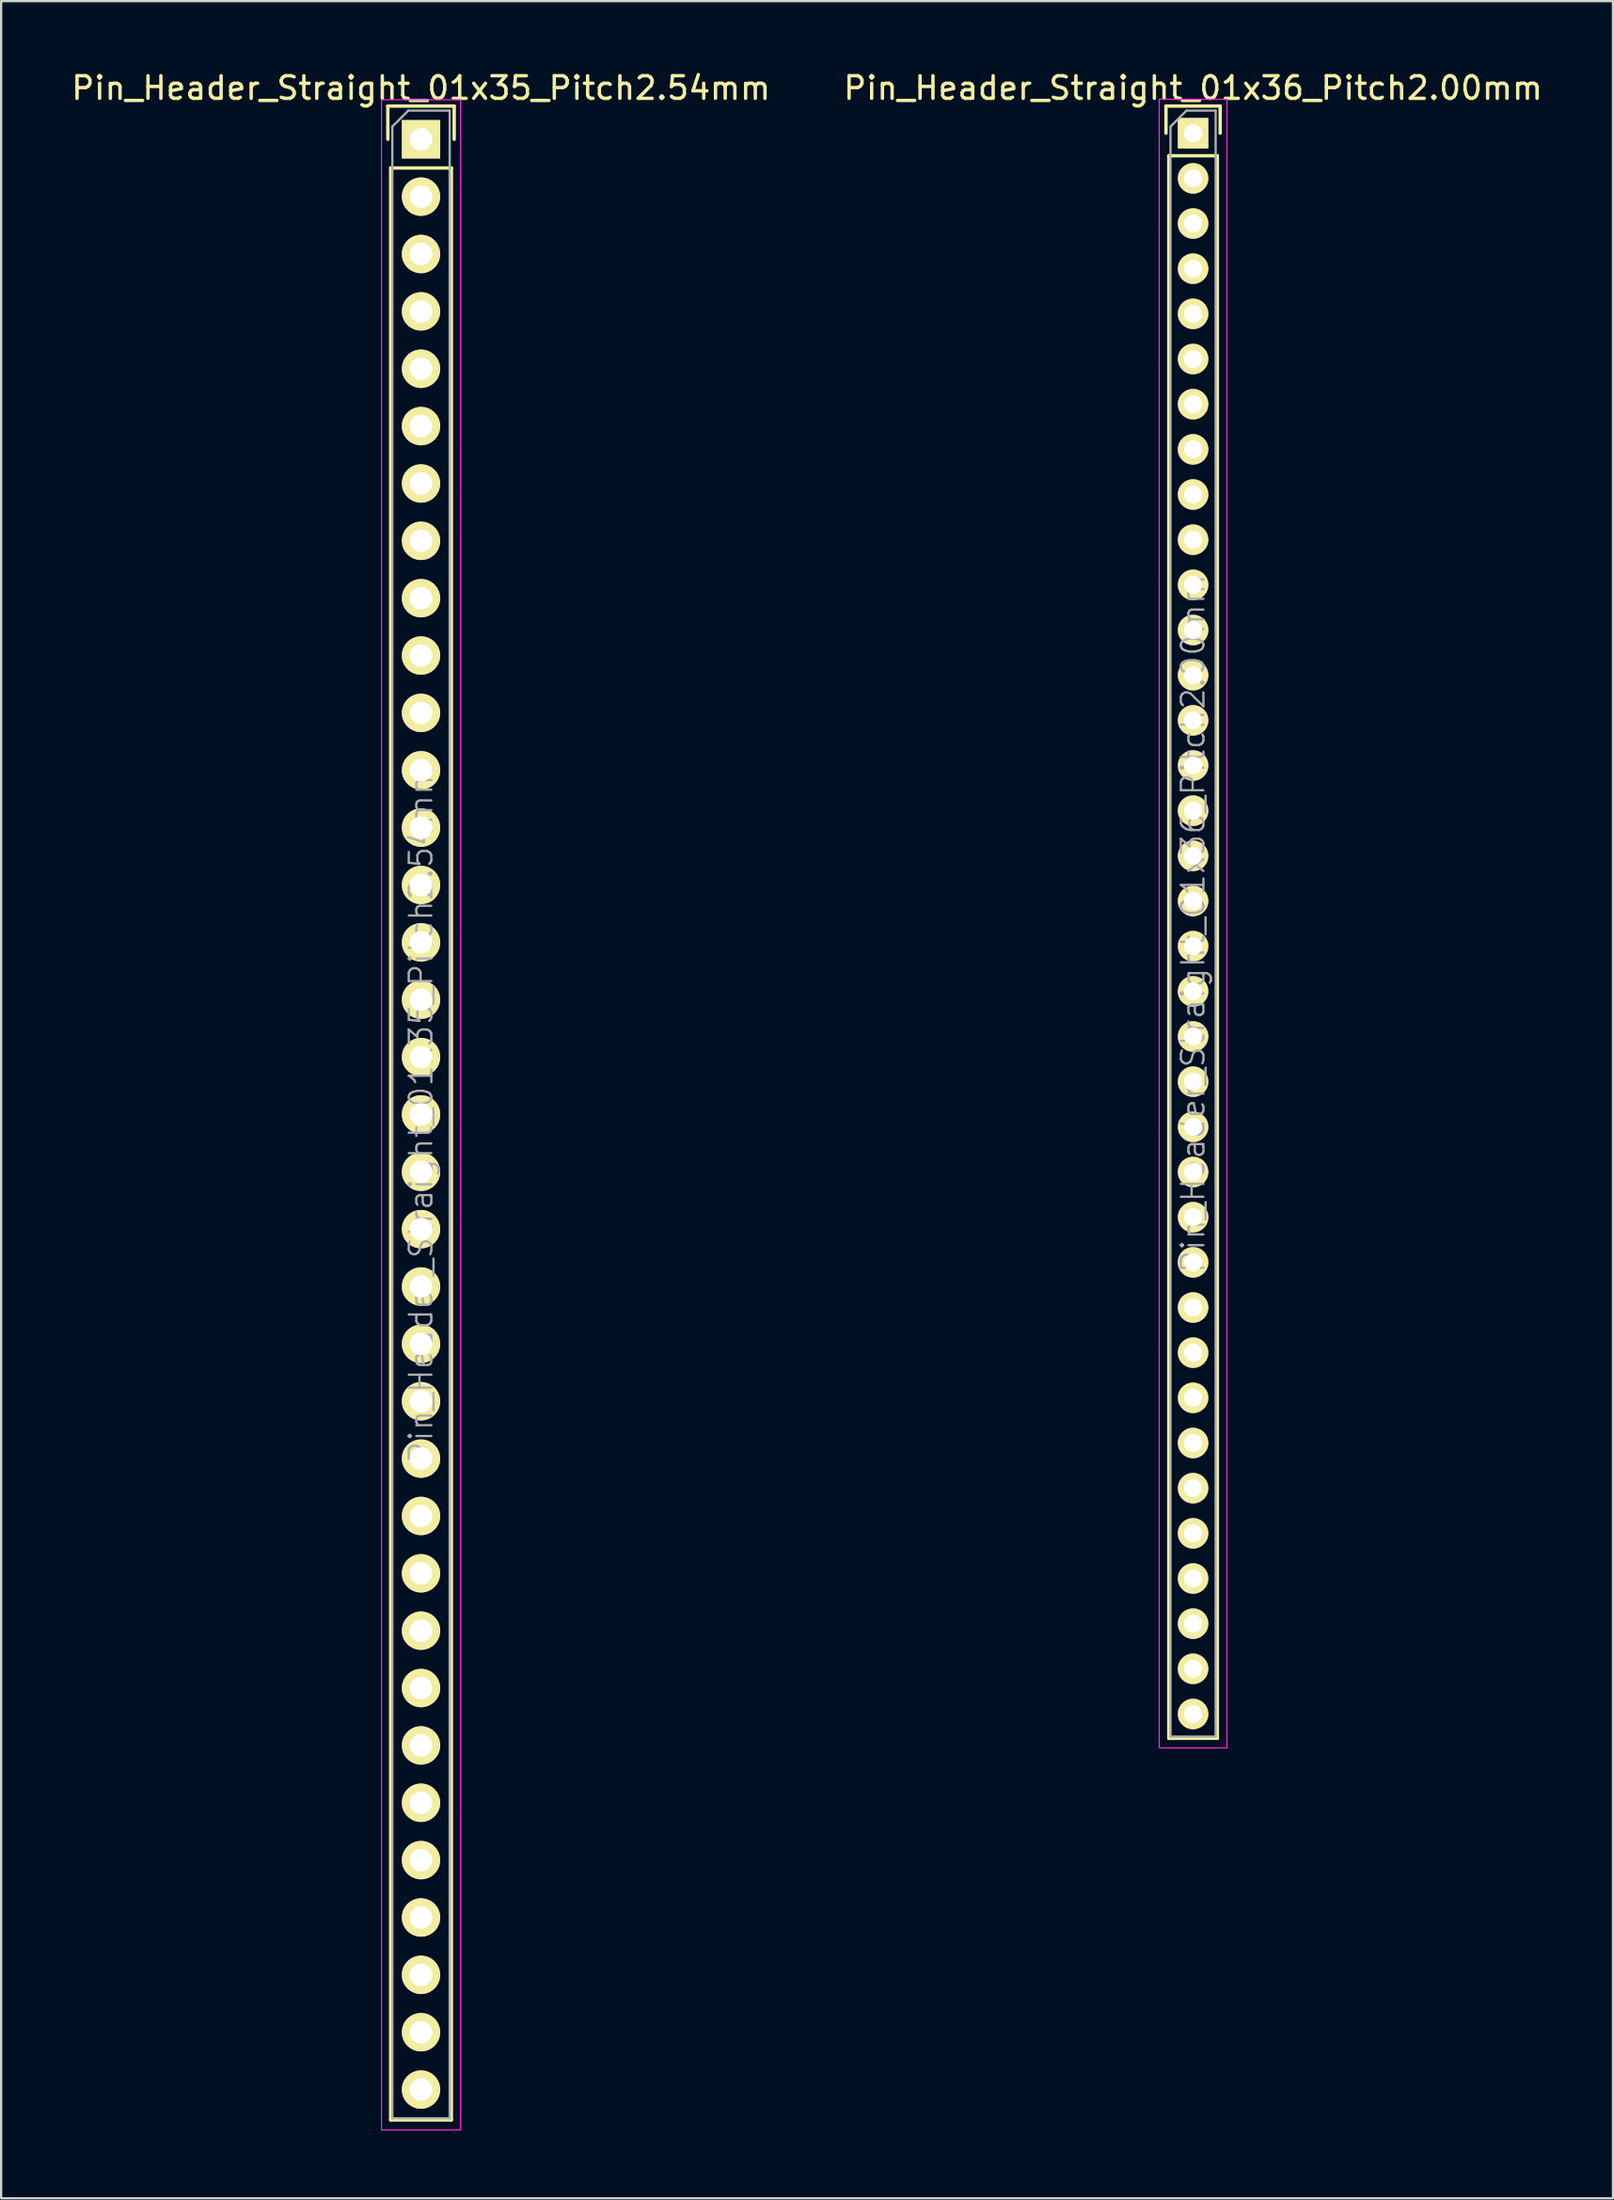
<source format=kicad_pcb>
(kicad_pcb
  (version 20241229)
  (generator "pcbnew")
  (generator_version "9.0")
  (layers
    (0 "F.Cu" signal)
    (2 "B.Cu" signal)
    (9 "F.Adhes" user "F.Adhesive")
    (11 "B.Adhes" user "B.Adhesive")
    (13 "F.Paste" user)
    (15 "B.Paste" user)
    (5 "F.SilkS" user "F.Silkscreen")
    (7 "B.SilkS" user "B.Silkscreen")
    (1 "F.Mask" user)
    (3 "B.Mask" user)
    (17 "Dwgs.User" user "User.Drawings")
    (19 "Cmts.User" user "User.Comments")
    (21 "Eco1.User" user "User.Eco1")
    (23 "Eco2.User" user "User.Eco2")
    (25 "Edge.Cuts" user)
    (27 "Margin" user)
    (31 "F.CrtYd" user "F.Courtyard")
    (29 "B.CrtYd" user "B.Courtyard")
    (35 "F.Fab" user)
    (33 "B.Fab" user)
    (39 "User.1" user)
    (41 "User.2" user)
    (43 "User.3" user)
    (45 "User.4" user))
  (footprint "Pin_Header_Straight_01x36_Pitch2.00mm"
    (layer "F.Cu")
    (at 49.804 2.848)
    (property "Reference" "Pin_Header_Straight_01x36_Pitch2.00mm" (at 0 -2 0) (layer "F.SilkS") (effects (font (size 1 1) (thickness 0.15))))
    (attr smd)
    (fp_line (start -1.2 -1.2) (end -1.2 0) (stroke (width 0.15) (type solid)) (layer "F.SilkS"))
    (fp_line (start -1.2 -1.2) (end 1.2 -1.2) (stroke (width 0.15) (type solid)) (layer "F.SilkS"))
    (fp_line (start -1.075 1) (end -1.075 71.075) (stroke (width 0.15) (type solid)) (layer "F.SilkS"))
    (fp_line (start -1.075 1) (end 1.075 1) (stroke (width 0.15) (type solid)) (layer "F.SilkS"))
    (fp_line (start -1.075 71.075) (end 1.075 71.075) (stroke (width 0.15) (type solid)) (layer "F.SilkS"))
    (fp_line (start 1.075 1) (end 1.075 71.075) (stroke (width 0.15) (type solid)) (layer "F.SilkS"))
    (fp_line (start 1.2 -1.2) (end 1.2 0) (stroke (width 0.15) (type solid)) (layer "F.SilkS"))
    (fp_line (start -1.5 -1.5) (end -1.5 71.5) (stroke (width 0.05) (type solid)) (layer "F.CrtYd"))
    (fp_line (start 1.5 -1.5) (end -1.5 -1.5) (stroke (width 0.05) (type solid)) (layer "F.CrtYd"))
    (fp_line (start 1.5 -1.5) (end 1.5 71.5) (stroke (width 0.05) (type solid)) (layer "F.CrtYd"))
    (fp_line (start 1.5 71.5) (end -1.5 71.5) (stroke (width 0.05) (type solid)) (layer "F.CrtYd"))
    (fp_line (start -1 -0.293) (end -0.293 -1) (stroke (width 0.1) (type solid)) (layer "F.Fab"))
    (fp_line (start -1 71) (end -1 -0.293) (stroke (width 0.1) (type solid)) (layer "F.Fab"))
    (fp_line (start 1 -1) (end -0.293 -1) (stroke (width 0.1) (type solid)) (layer "F.Fab"))
    (fp_line (start 1 71) (end -1 71) (stroke (width 0.1) (type solid)) (layer "F.Fab"))
    (fp_line (start 1 71) (end 1 -1) (stroke (width 0.1) (type solid)) (layer "F.Fab"))
    (fp_text user "${REFERENCE}" (at 0 35 90) (layer "F.Fab") (effects (font (size 1 1) (thickness 0.1))))
    (pad "1" thru_hole rect (at 0 0) (size 1.35 1.35) (drill 0.8) (layers "*.Cu" "*.Mask" "F.SilkS"))
    (pad "2" thru_hole oval (at 0 2) (size 1.35 1.35) (drill 0.8) (layers "*.Cu" "*.Mask" "F.SilkS"))
    (pad "3" thru_hole oval (at 0 4) (size 1.35 1.35) (drill 0.8) (layers "*.Cu" "*.Mask" "F.SilkS"))
    (pad "4" thru_hole oval (at 0 6) (size 1.35 1.35) (drill 0.8) (layers "*.Cu" "*.Mask" "F.SilkS"))
    (pad "5" thru_hole oval (at 0 8) (size 1.35 1.35) (drill 0.8) (layers "*.Cu" "*.Mask" "F.SilkS"))
    (pad "6" thru_hole oval (at 0 10) (size 1.35 1.35) (drill 0.8) (layers "*.Cu" "*.Mask" "F.SilkS"))
    (pad "7" thru_hole oval (at 0 12) (size 1.35 1.35) (drill 0.8) (layers "*.Cu" "*.Mask" "F.SilkS"))
    (pad "8" thru_hole oval (at 0 14) (size 1.35 1.35) (drill 0.8) (layers "*.Cu" "*.Mask" "F.SilkS"))
    (pad "9" thru_hole oval (at 0 16) (size 1.35 1.35) (drill 0.8) (layers "*.Cu" "*.Mask" "F.SilkS"))
    (pad "10" thru_hole oval (at 0 18) (size 1.35 1.35) (drill 0.8) (layers "*.Cu" "*.Mask" "F.SilkS"))
    (pad "11" thru_hole oval (at 0 20) (size 1.35 1.35) (drill 0.8) (layers "*.Cu" "*.Mask" "F.SilkS"))
    (pad "12" thru_hole oval (at 0 22) (size 1.35 1.35) (drill 0.8) (layers "*.Cu" "*.Mask" "F.SilkS"))
    (pad "13" thru_hole oval (at 0 24) (size 1.35 1.35) (drill 0.8) (layers "*.Cu" "*.Mask" "F.SilkS"))
    (pad "14" thru_hole oval (at 0 26) (size 1.35 1.35) (drill 0.8) (layers "*.Cu" "*.Mask" "F.SilkS"))
    (pad "15" thru_hole oval (at 0 28) (size 1.35 1.35) (drill 0.8) (layers "*.Cu" "*.Mask" "F.SilkS"))
    (pad "16" thru_hole oval (at 0 30) (size 1.35 1.35) (drill 0.8) (layers "*.Cu" "*.Mask" "F.SilkS"))
    (pad "17" thru_hole oval (at 0 32) (size 1.35 1.35) (drill 0.8) (layers "*.Cu" "*.Mask" "F.SilkS"))
    (pad "18" thru_hole oval (at 0 34) (size 1.35 1.35) (drill 0.8) (layers "*.Cu" "*.Mask" "F.SilkS"))
    (pad "19" thru_hole oval (at 0 36) (size 1.35 1.35) (drill 0.8) (layers "*.Cu" "*.Mask" "F.SilkS"))
    (pad "20" thru_hole oval (at 0 38) (size 1.35 1.35) (drill 0.8) (layers "*.Cu" "*.Mask" "F.SilkS"))
    (pad "21" thru_hole oval (at 0 40) (size 1.35 1.35) (drill 0.8) (layers "*.Cu" "*.Mask" "F.SilkS"))
    (pad "22" thru_hole oval (at 0 42) (size 1.35 1.35) (drill 0.8) (layers "*.Cu" "*.Mask" "F.SilkS"))
    (pad "23" thru_hole oval (at 0 44) (size 1.35 1.35) (drill 0.8) (layers "*.Cu" "*.Mask" "F.SilkS"))
    (pad "24" thru_hole oval (at 0 46) (size 1.35 1.35) (drill 0.8) (layers "*.Cu" "*.Mask" "F.SilkS"))
    (pad "25" thru_hole oval (at 0 48) (size 1.35 1.35) (drill 0.8) (layers "*.Cu" "*.Mask" "F.SilkS"))
    (pad "26" thru_hole oval (at 0 50) (size 1.35 1.35) (drill 0.8) (layers "*.Cu" "*.Mask" "F.SilkS"))
    (pad "27" thru_hole oval (at 0 52) (size 1.35 1.35) (drill 0.8) (layers "*.Cu" "*.Mask" "F.SilkS"))
    (pad "28" thru_hole oval (at 0 54) (size 1.35 1.35) (drill 0.8) (layers "*.Cu" "*.Mask" "F.SilkS"))
    (pad "29" thru_hole oval (at 0 56) (size 1.35 1.35) (drill 0.8) (layers "*.Cu" "*.Mask" "F.SilkS"))
    (pad "30" thru_hole oval (at 0 58) (size 1.35 1.35) (drill 0.8) (layers "*.Cu" "*.Mask" "F.SilkS"))
    (pad "31" thru_hole oval (at 0 60) (size 1.35 1.35) (drill 0.8) (layers "*.Cu" "*.Mask" "F.SilkS"))
    (pad "32" thru_hole oval (at 0 62) (size 1.35 1.35) (drill 0.8) (layers "*.Cu" "*.Mask" "F.SilkS"))
    (pad "33" thru_hole oval (at 0 64) (size 1.35 1.35) (drill 0.8) (layers "*.Cu" "*.Mask" "F.SilkS"))
    (pad "34" thru_hole oval (at 0 66) (size 1.35 1.35) (drill 0.8) (layers "*.Cu" "*.Mask" "F.SilkS"))
    (pad "35" thru_hole oval (at 0 68) (size 1.35 1.35) (drill 0.8) (layers "*.Cu" "*.Mask" "F.SilkS"))
    (pad "36" thru_hole oval (at 0 70) (size 1.35 1.35) (drill 0.8) (layers "*.Cu" "*.Mask" "F.SilkS")))
  (footprint "Pin_Header_Straight_01x35_Pitch2.54mm"
    (layer "F.Cu")
    (at 15.601 3.118)
    (property "Reference" "Pin_Header_Straight_01x35_Pitch2.54mm" (at 0 -2.27 0) (layer "F.SilkS") (effects (font (size 1 1) (thickness 0.15))))
    (attr smd)
    (fp_line (start -1.47 -1.47) (end -1.47 0) (stroke (width 0.15) (type solid)) (layer "F.SilkS"))
    (fp_line (start -1.47 -1.47) (end 1.47 -1.47) (stroke (width 0.15) (type solid)) (layer "F.SilkS"))
    (fp_line (start -1.345 1.27) (end -1.345 87.705) (stroke (width 0.15) (type solid)) (layer "F.SilkS"))
    (fp_line (start -1.345 1.27) (end 1.345 1.27) (stroke (width 0.15) (type solid)) (layer "F.SilkS"))
    (fp_line (start -1.345 87.705) (end 1.345 87.705) (stroke (width 0.15) (type solid)) (layer "F.SilkS"))
    (fp_line (start 1.345 1.27) (end 1.345 87.705) (stroke (width 0.15) (type solid)) (layer "F.SilkS"))
    (fp_line (start 1.47 -1.47) (end 1.47 0) (stroke (width 0.15) (type solid)) (layer "F.SilkS"))
    (fp_line (start -1.75 -1.75) (end -1.75 88.15) (stroke (width 0.05) (type solid)) (layer "F.CrtYd"))
    (fp_line (start 1.75 -1.75) (end -1.75 -1.75) (stroke (width 0.05) (type solid)) (layer "F.CrtYd"))
    (fp_line (start 1.75 -1.75) (end 1.75 88.15) (stroke (width 0.05) (type solid)) (layer "F.CrtYd"))
    (fp_line (start 1.75 88.15) (end -1.75 88.15) (stroke (width 0.05) (type solid)) (layer "F.CrtYd"))
    (fp_line (start -1.27 -0.563) (end -0.563 -1.27) (stroke (width 0.1) (type solid)) (layer "F.Fab"))
    (fp_line (start -1.27 87.63) (end -1.27 -0.563) (stroke (width 0.1) (type solid)) (layer "F.Fab"))
    (fp_line (start 1.27 -1.27) (end -0.563 -1.27) (stroke (width 0.1) (type solid)) (layer "F.Fab"))
    (fp_line (start 1.27 87.63) (end -1.27 87.63) (stroke (width 0.1) (type solid)) (layer "F.Fab"))
    (fp_line (start 1.27 87.63) (end 1.27 -1.27) (stroke (width 0.1) (type solid)) (layer "F.Fab"))
    (fp_text user "${REFERENCE}" (at 0 43.18 90) (layer "F.Fab") (effects (font (size 1 1) (thickness 0.1))))
    (pad "1" thru_hole rect (at 0 0) (size 1.7 1.7) (drill 1) (layers "*.Cu" "*.Mask" "F.SilkS"))
    (pad "2" thru_hole oval (at 0 2.54) (size 1.7 1.7) (drill 1) (layers "*.Cu" "*.Mask" "F.SilkS"))
    (pad "3" thru_hole oval (at 0 5.08) (size 1.7 1.7) (drill 1) (layers "*.Cu" "*.Mask" "F.SilkS"))
    (pad "4" thru_hole oval (at 0 7.62) (size 1.7 1.7) (drill 1) (layers "*.Cu" "*.Mask" "F.SilkS"))
    (pad "5" thru_hole oval (at 0 10.16) (size 1.7 1.7) (drill 1) (layers "*.Cu" "*.Mask" "F.SilkS"))
    (pad "6" thru_hole oval (at 0 12.7) (size 1.7 1.7) (drill 1) (layers "*.Cu" "*.Mask" "F.SilkS"))
    (pad "7" thru_hole oval (at 0 15.24) (size 1.7 1.7) (drill 1) (layers "*.Cu" "*.Mask" "F.SilkS"))
    (pad "8" thru_hole oval (at 0 17.78) (size 1.7 1.7) (drill 1) (layers "*.Cu" "*.Mask" "F.SilkS"))
    (pad "9" thru_hole oval (at 0 20.32) (size 1.7 1.7) (drill 1) (layers "*.Cu" "*.Mask" "F.SilkS"))
    (pad "10" thru_hole oval (at 0 22.86) (size 1.7 1.7) (drill 1) (layers "*.Cu" "*.Mask" "F.SilkS"))
    (pad "11" thru_hole oval (at 0 25.4) (size 1.7 1.7) (drill 1) (layers "*.Cu" "*.Mask" "F.SilkS"))
    (pad "12" thru_hole oval (at 0 27.94) (size 1.7 1.7) (drill 1) (layers "*.Cu" "*.Mask" "F.SilkS"))
    (pad "13" thru_hole oval (at 0 30.48) (size 1.7 1.7) (drill 1) (layers "*.Cu" "*.Mask" "F.SilkS"))
    (pad "14" thru_hole oval (at 0 33.02) (size 1.7 1.7) (drill 1) (layers "*.Cu" "*.Mask" "F.SilkS"))
    (pad "15" thru_hole oval (at 0 35.56) (size 1.7 1.7) (drill 1) (layers "*.Cu" "*.Mask" "F.SilkS"))
    (pad "16" thru_hole oval (at 0 38.1) (size 1.7 1.7) (drill 1) (layers "*.Cu" "*.Mask" "F.SilkS"))
    (pad "17" thru_hole oval (at 0 40.64) (size 1.7 1.7) (drill 1) (layers "*.Cu" "*.Mask" "F.SilkS"))
    (pad "18" thru_hole oval (at 0 43.18) (size 1.7 1.7) (drill 1) (layers "*.Cu" "*.Mask" "F.SilkS"))
    (pad "19" thru_hole oval (at 0 45.72) (size 1.7 1.7) (drill 1) (layers "*.Cu" "*.Mask" "F.SilkS"))
    (pad "20" thru_hole oval (at 0 48.26) (size 1.7 1.7) (drill 1) (layers "*.Cu" "*.Mask" "F.SilkS"))
    (pad "21" thru_hole oval (at 0 50.8) (size 1.7 1.7) (drill 1) (layers "*.Cu" "*.Mask" "F.SilkS"))
    (pad "22" thru_hole oval (at 0 53.34) (size 1.7 1.7) (drill 1) (layers "*.Cu" "*.Mask" "F.SilkS"))
    (pad "23" thru_hole oval (at 0 55.88) (size 1.7 1.7) (drill 1) (layers "*.Cu" "*.Mask" "F.SilkS"))
    (pad "24" thru_hole oval (at 0 58.42) (size 1.7 1.7) (drill 1) (layers "*.Cu" "*.Mask" "F.SilkS"))
    (pad "25" thru_hole oval (at 0 60.96) (size 1.7 1.7) (drill 1) (layers "*.Cu" "*.Mask" "F.SilkS"))
    (pad "26" thru_hole oval (at 0 63.5) (size 1.7 1.7) (drill 1) (layers "*.Cu" "*.Mask" "F.SilkS"))
    (pad "27" thru_hole oval (at 0 66.04) (size 1.7 1.7) (drill 1) (layers "*.Cu" "*.Mask" "F.SilkS"))
    (pad "28" thru_hole oval (at 0 68.58) (size 1.7 1.7) (drill 1) (layers "*.Cu" "*.Mask" "F.SilkS"))
    (pad "29" thru_hole oval (at 0 71.12) (size 1.7 1.7) (drill 1) (layers "*.Cu" "*.Mask" "F.SilkS"))
    (pad "30" thru_hole oval (at 0 73.66) (size 1.7 1.7) (drill 1) (layers "*.Cu" "*.Mask" "F.SilkS"))
    (pad "31" thru_hole oval (at 0 76.2) (size 1.7 1.7) (drill 1) (layers "*.Cu" "*.Mask" "F.SilkS"))
    (pad "32" thru_hole oval (at 0 78.74) (size 1.7 1.7) (drill 1) (layers "*.Cu" "*.Mask" "F.SilkS"))
    (pad "33" thru_hole oval (at 0 81.28) (size 1.7 1.7) (drill 1) (layers "*.Cu" "*.Mask" "F.SilkS"))
    (pad "34" thru_hole oval (at 0 83.82) (size 1.7 1.7) (drill 1) (layers "*.Cu" "*.Mask" "F.SilkS"))
    (pad "35" thru_hole oval (at 0 86.36) (size 1.7 1.7) (drill 1) (layers "*.Cu" "*.Mask" "F.SilkS")))
  (gr_rect
    (start -3 -3)
    (end 68.405 94.293)
    (stroke (width 0.1) (type default))
    (fill no)
    (layer "Edge.Cuts")))
</source>
